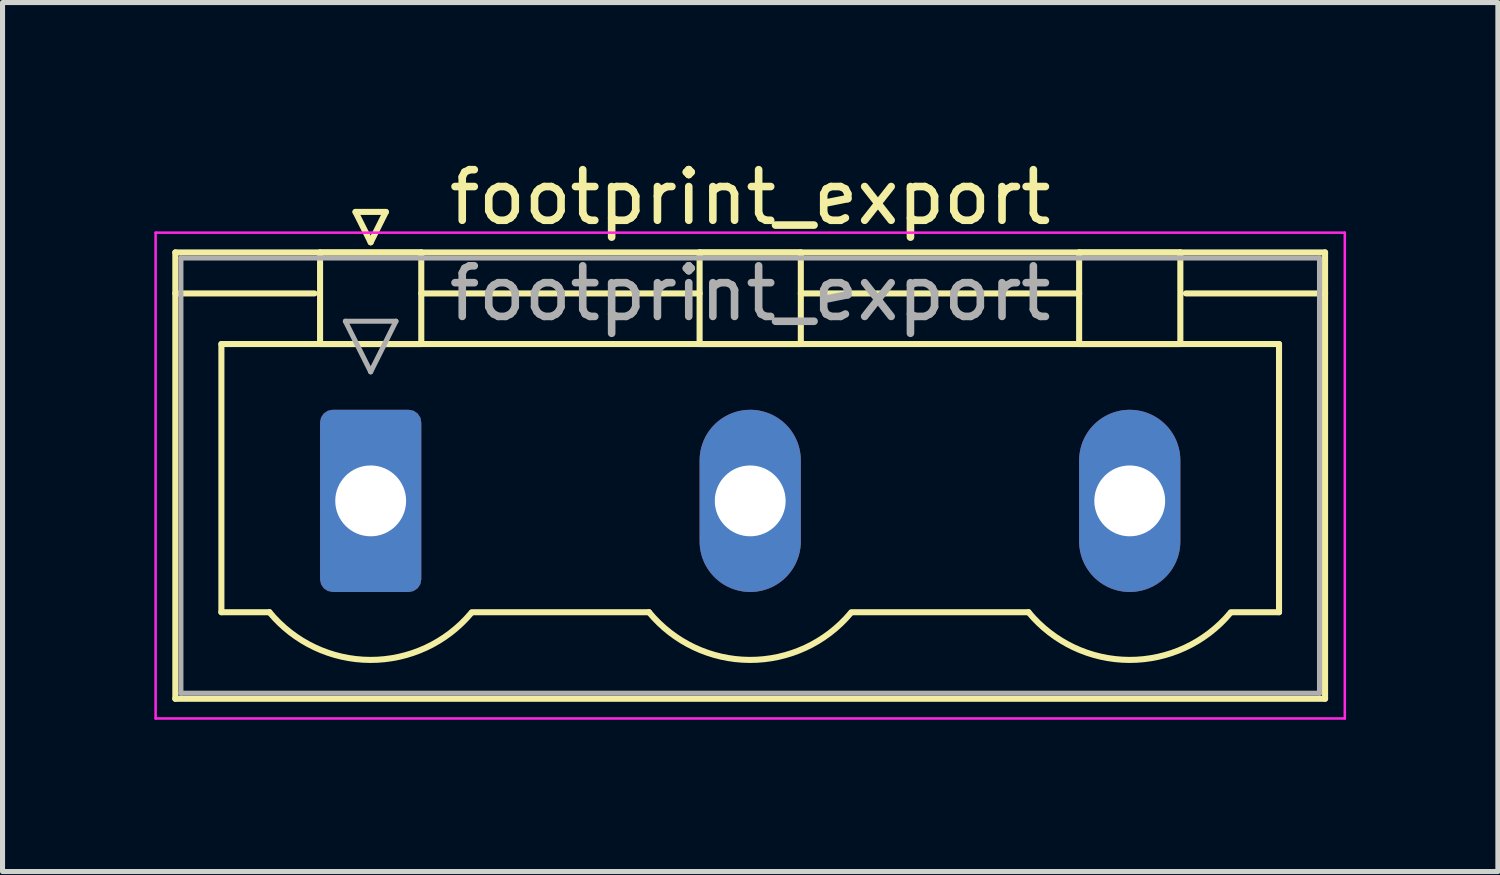
<source format=kicad_pcb>
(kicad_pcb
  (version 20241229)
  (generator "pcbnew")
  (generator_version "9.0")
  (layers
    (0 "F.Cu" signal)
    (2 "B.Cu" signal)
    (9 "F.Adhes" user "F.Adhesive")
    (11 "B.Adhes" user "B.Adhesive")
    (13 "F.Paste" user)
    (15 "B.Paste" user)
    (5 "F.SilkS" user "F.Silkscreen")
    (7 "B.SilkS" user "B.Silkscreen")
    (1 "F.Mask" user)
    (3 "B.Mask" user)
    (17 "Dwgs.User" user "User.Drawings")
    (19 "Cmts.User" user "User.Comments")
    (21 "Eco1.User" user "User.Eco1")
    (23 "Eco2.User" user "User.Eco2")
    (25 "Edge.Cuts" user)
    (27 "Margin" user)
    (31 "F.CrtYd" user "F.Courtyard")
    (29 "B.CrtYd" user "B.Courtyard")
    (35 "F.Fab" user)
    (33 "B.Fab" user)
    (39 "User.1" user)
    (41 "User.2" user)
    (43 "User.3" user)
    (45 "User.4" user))
  (footprint "footprint_export"
    (layer "F.Cu")
    (at 4.275 6.848)
    (property "Reference" "footprint_export" (at 7.5 -6 0) (layer "F.SilkS") (effects (font (size 1 1) (thickness 0.15))))
    (attr through_hole)
    (fp_line (start -3.86 -4.91) (end -3.86 3.91) (stroke (width 0.12) (type solid)) (layer "F.SilkS"))
    (fp_line (start -3.86 -4.1) (end -1.11 -4.1) (stroke (width 0.12) (type solid)) (layer "F.SilkS"))
    (fp_line (start -3.86 3.91) (end 18.86 3.91) (stroke (width 0.12) (type solid)) (layer "F.SilkS"))
    (fp_line (start -2.95 -3.1) (end 17.95 -3.1) (stroke (width 0.12) (type solid)) (layer "F.SilkS"))
    (fp_line (start -2.95 2.2) (end -2.95 -3.1) (stroke (width 0.12) (type solid)) (layer "F.SilkS"))
    (fp_line (start -2 2.2) (end -2.95 2.2) (stroke (width 0.12) (type solid)) (layer "F.SilkS"))
    (fp_line (start -1 -4.91) (end 1 -4.91) (stroke (width 0.12) (type solid)) (layer "F.SilkS"))
    (fp_line (start -1 -3.1) (end -1 -4.91) (stroke (width 0.12) (type solid)) (layer "F.SilkS"))
    (fp_line (start -0.3 -5.71) (end 0.3 -5.71) (stroke (width 0.12) (type solid)) (layer "F.SilkS"))
    (fp_line (start 0 -5.11) (end -0.3 -5.71) (stroke (width 0.12) (type solid)) (layer "F.SilkS"))
    (fp_line (start 0.3 -5.71) (end 0 -5.11) (stroke (width 0.12) (type solid)) (layer "F.SilkS"))
    (fp_line (start 1 -4.91) (end 1 -3.1) (stroke (width 0.12) (type solid)) (layer "F.SilkS"))
    (fp_line (start 1 -4.1) (end 6.5 -4.1) (stroke (width 0.12) (type solid)) (layer "F.SilkS"))
    (fp_line (start 1 -3.1) (end -1 -3.1) (stroke (width 0.12) (type solid)) (layer "F.SilkS"))
    (fp_line (start 2 2.2) (end 5.5 2.2) (stroke (width 0.12) (type solid)) (layer "F.SilkS"))
    (fp_line (start 6.5 -4.91) (end 8.5 -4.91) (stroke (width 0.12) (type solid)) (layer "F.SilkS"))
    (fp_line (start 6.5 -3.1) (end 6.5 -4.91) (stroke (width 0.12) (type solid)) (layer "F.SilkS"))
    (fp_line (start 8.5 -4.91) (end 8.5 -3.1) (stroke (width 0.12) (type solid)) (layer "F.SilkS"))
    (fp_line (start 8.5 -4.1) (end 14 -4.1) (stroke (width 0.12) (type solid)) (layer "F.SilkS"))
    (fp_line (start 8.5 -3.1) (end 6.5 -3.1) (stroke (width 0.12) (type solid)) (layer "F.SilkS"))
    (fp_line (start 9.5 2.2) (end 13 2.2) (stroke (width 0.12) (type solid)) (layer "F.SilkS"))
    (fp_line (start 14 -4.91) (end 16 -4.91) (stroke (width 0.12) (type solid)) (layer "F.SilkS"))
    (fp_line (start 14 -3.1) (end 14 -4.91) (stroke (width 0.12) (type solid)) (layer "F.SilkS"))
    (fp_line (start 16 -4.91) (end 16 -3.1) (stroke (width 0.12) (type solid)) (layer "F.SilkS"))
    (fp_line (start 16 -3.1) (end 14 -3.1) (stroke (width 0.12) (type solid)) (layer "F.SilkS"))
    (fp_line (start 17.95 -3.1) (end 17.95 2.2) (stroke (width 0.12) (type solid)) (layer "F.SilkS"))
    (fp_line (start 17.95 2.2) (end 17 2.2) (stroke (width 0.12) (type solid)) (layer "F.SilkS"))
    (fp_line (start 18.86 -4.91) (end -3.86 -4.91) (stroke (width 0.12) (type solid)) (layer "F.SilkS"))
    (fp_line (start 18.86 -4.1) (end 16.11 -4.1) (stroke (width 0.12) (type solid)) (layer "F.SilkS"))
    (fp_line (start 18.86 3.91) (end 18.86 -4.91) (stroke (width 0.12) (type solid)) (layer "F.SilkS"))
    (fp_arc (start 1.986842 2.215821) (mid -0.010289 3.142758) (end -2 2.2) (stroke (width 0.12) (type solid)) (layer "F.SilkS"))
    (fp_arc (start 9.486842 2.215821) (mid 7.489711 3.142758) (end 5.5 2.2) (stroke (width 0.12) (type solid)) (layer "F.SilkS"))
    (fp_arc (start 16.986842 2.215821) (mid 14.989711 3.142758) (end 13 2.2) (stroke (width 0.12) (type solid)) (layer "F.SilkS"))
    (fp_line (start -4.25 -5.3) (end -4.25 4.3) (stroke (width 0.05) (type solid)) (layer "F.CrtYd"))
    (fp_line (start -4.25 4.3) (end 19.25 4.3) (stroke (width 0.05) (type solid)) (layer "F.CrtYd"))
    (fp_line (start 19.25 -5.3) (end -4.25 -5.3) (stroke (width 0.05) (type solid)) (layer "F.CrtYd"))
    (fp_line (start 19.25 4.3) (end 19.25 -5.3) (stroke (width 0.05) (type solid)) (layer "F.CrtYd"))
    (fp_line (start -3.75 -4.8) (end -3.75 3.8) (stroke (width 0.1) (type solid)) (layer "F.Fab"))
    (fp_line (start -3.75 3.8) (end 18.75 3.8) (stroke (width 0.1) (type solid)) (layer "F.Fab"))
    (fp_line (start -0.5 -3.55) (end 0.5 -3.55) (stroke (width 0.1) (type solid)) (layer "F.Fab"))
    (fp_line (start 0 -2.55) (end -0.5 -3.55) (stroke (width 0.1) (type solid)) (layer "F.Fab"))
    (fp_line (start 0.5 -3.55) (end 0 -2.55) (stroke (width 0.1) (type solid)) (layer "F.Fab"))
    (fp_line (start 18.75 -4.8) (end -3.75 -4.8) (stroke (width 0.1) (type solid)) (layer "F.Fab"))
    (fp_line (start 18.75 3.8) (end 18.75 -4.8) (stroke (width 0.1) (type solid)) (layer "F.Fab"))
    (fp_text user "${REFERENCE}" (at 7.5 -4.1 0) (layer "F.Fab") (effects (font (size 1 1) (thickness 0.15))))
    (pad "1" thru_hole roundrect (at 0 0) (size 2 3.6) (drill 1.4) (layers "*.Cu" "*.Mask") (roundrect_rratio 0.125))
    (pad "2" thru_hole oval (at 7.5 0) (size 2 3.6) (drill 1.4) (layers "*.Cu" "*.Mask"))
    (pad "3" thru_hole oval (at 15 0) (size 2 3.6) (drill 1.4) (layers "*.Cu" "*.Mask")))
  (gr_rect
    (start -3 -3)
    (end 26.55 14.173)
    (stroke (width 0.1) (type default))
    (fill no)
    (layer "Edge.Cuts")))
</source>
